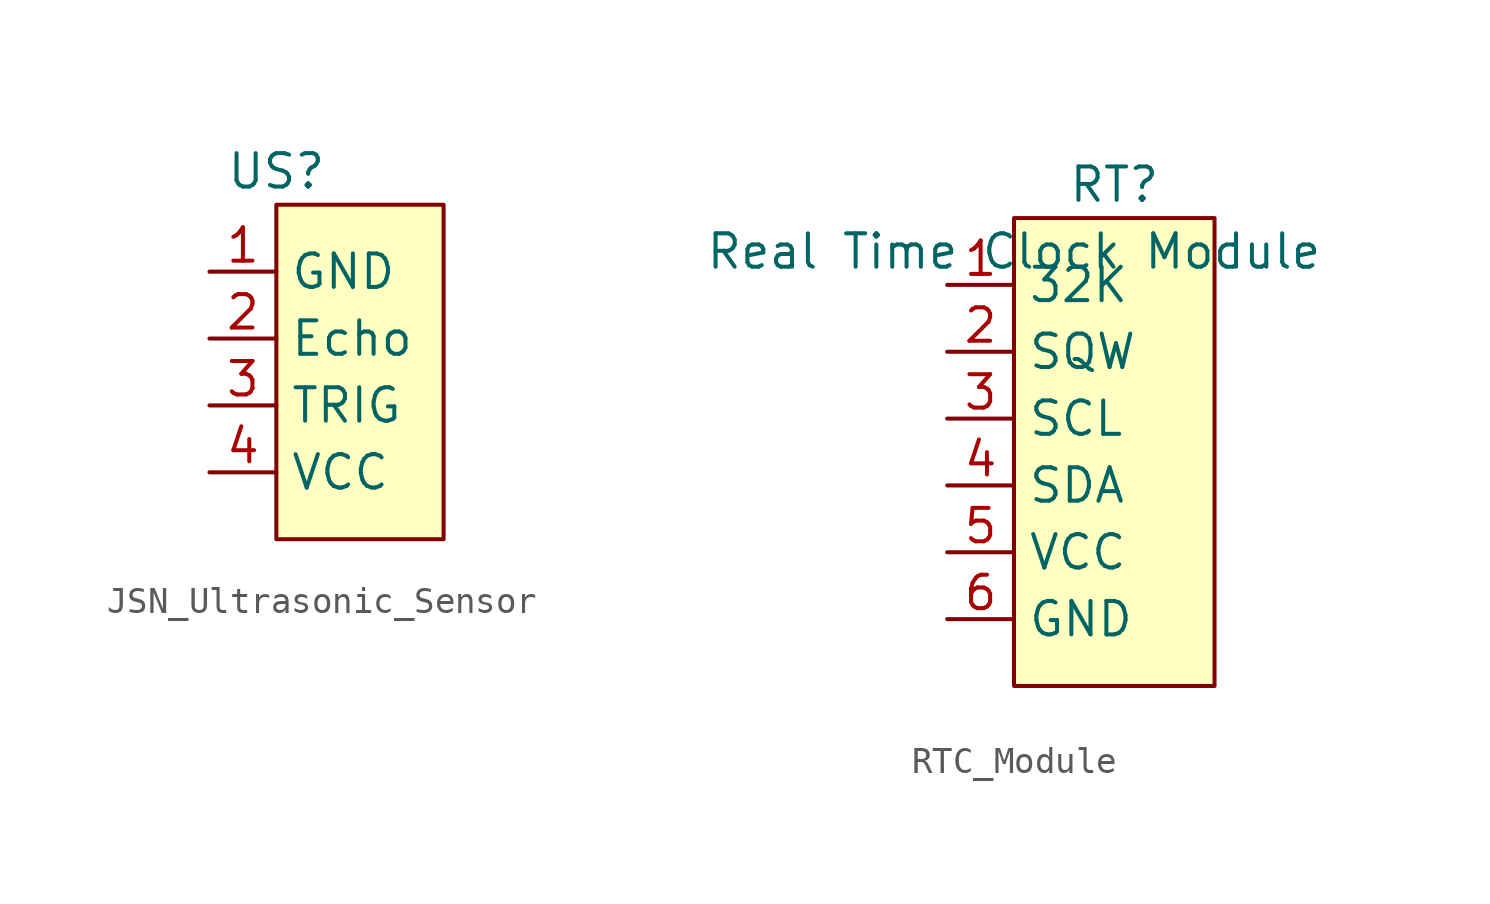
<source format=kicad_sym>
(kicad_symbol_lib
  (version 20220914)
  (generator kicad_symbol_editor)
  (symbol "JSN_Ultrasonic_Sensor"
    (property "Reference" "US"
      (at -2.54 7.62 0)
      (effects (font (size 1.27 1.27))))
    (property "Value" ""
      (at -2.54 7.62 0)
      (effects (font (size 1.27 1.27))))
    (symbol "JSN_Ultrasonic_Sensor_1_1"
      (rectangle (start -2.54 6.35) (end 3.81 -6.35) (stroke (width 0) (type default)) (fill (type background)))
      (pin bidirectional line (at -5.08 3.81 0) (length 2.54) (name "GND" (effects (font (size 1.27 1.27)))) (number "1" (effects (font (size 1.27 1.27)))))
      (pin bidirectional line (at -5.08 1.27 0) (length 2.54) (name "Echo" (effects (font (size 1.27 1.27)))) (number "2" (effects (font (size 1.27 1.27)))))
      (pin bidirectional line (at -5.08 -1.27 0) (length 2.54) (name "TRIG" (effects (font (size 1.27 1.27)))) (number "3" (effects (font (size 1.27 1.27)))))
      (pin bidirectional line (at -5.08 -3.81 0) (length 2.54) (name "VCC" (effects (font (size 1.27 1.27)))) (number "4" (effects (font (size 1.27 1.27)))))))
  (symbol "RTC_Module"
    (property "Reference" "RT"
      (at 3.81 2.54 0)
      (effects (font (size 1.27 1.27))))
    (property "Value" "Real Time Clock Module"
      (at 0 0 0)
      (effects (font (size 1.27 1.27))))
    (symbol "RTC_Module_1_1"
      (rectangle (start 0 1.27) (end 7.62 -16.51) (stroke (width 0) (type default)) (fill (type background)))
      (pin bidirectional line (at -2.54 -1.27 0) (length 2.54) (name "32K" (effects (font (size 1.27 1.27)))) (number "1" (effects (font (size 1.27 1.27)))))
      (pin bidirectional line (at -2.54 -3.81 0) (length 2.54) (name "SQW" (effects (font (size 1.27 1.27)))) (number "2" (effects (font (size 1.27 1.27)))))
      (pin bidirectional line (at -2.54 -6.35 0) (length 2.54) (name "SCL" (effects (font (size 1.27 1.27)))) (number "3" (effects (font (size 1.27 1.27)))))
      (pin bidirectional line (at -2.54 -8.89 0) (length 2.54) (name "SDA" (effects (font (size 1.27 1.27)))) (number "4" (effects (font (size 1.27 1.27)))))
      (pin bidirectional line (at -2.54 -11.43 0) (length 2.54) (name "VCC" (effects (font (size 1.27 1.27)))) (number "5" (effects (font (size 1.27 1.27)))))
      (pin bidirectional line (at -2.54 -13.97 0) (length 2.54) (name "GND" (effects (font (size 1.27 1.27)))) (number "6" (effects (font (size 1.27 1.27))))))))
</source>
